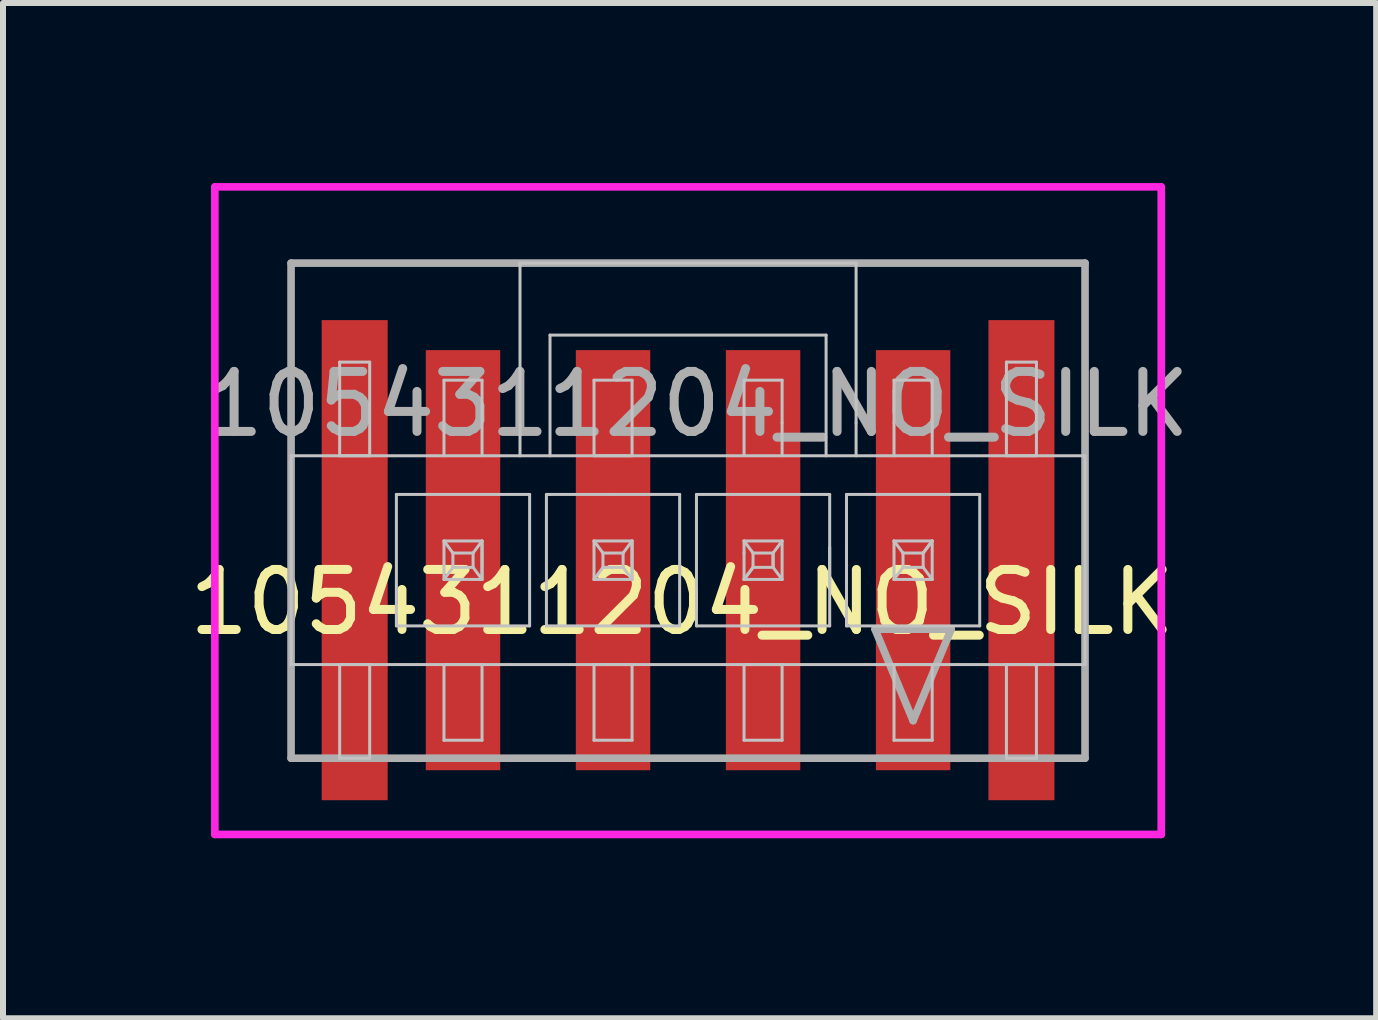
<source format=kicad_pcb>
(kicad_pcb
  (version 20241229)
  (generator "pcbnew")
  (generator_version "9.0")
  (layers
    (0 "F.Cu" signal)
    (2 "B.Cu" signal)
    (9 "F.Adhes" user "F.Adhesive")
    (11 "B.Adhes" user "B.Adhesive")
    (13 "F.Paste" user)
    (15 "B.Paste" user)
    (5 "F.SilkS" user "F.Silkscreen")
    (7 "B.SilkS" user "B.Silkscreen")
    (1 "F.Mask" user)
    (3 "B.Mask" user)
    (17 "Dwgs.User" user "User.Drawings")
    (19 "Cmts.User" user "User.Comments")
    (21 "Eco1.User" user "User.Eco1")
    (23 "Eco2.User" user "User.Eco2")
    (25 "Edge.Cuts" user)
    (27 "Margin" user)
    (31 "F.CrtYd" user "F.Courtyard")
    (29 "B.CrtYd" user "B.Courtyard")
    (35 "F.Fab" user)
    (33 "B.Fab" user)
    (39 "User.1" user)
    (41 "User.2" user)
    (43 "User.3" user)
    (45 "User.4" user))
  (footprint "1054311204_NO_SILK"
    (layer "F.Cu")
    (at 12.165 6.284)
    (property "Reference" "1054311204_NO_SILK" (at -3.85 0.7 0) (unlocked yes) (layer "F.SilkS") (effects (font (size 1 1) (thickness 0.15))))
    (attr smd)
    (fp_line (start -10.365 -1.74) (end -10.365 1.74) (stroke (width 0.05) (type default)) (layer "Dwgs.User"))
    (fp_line (start -10.365 1.74) (end 2.865 1.74) (stroke (width 0.05) (type default)) (layer "Dwgs.User"))
    (fp_line (start -9.555 -3.3) (end -9.555 -1.74) (stroke (width 0.05) (type default)) (layer "Dwgs.User"))
    (fp_line (start -9.555 -1.74) (end -9.055 -1.74) (stroke (width 0.05) (type default)) (layer "Dwgs.User"))
    (fp_line (start -9.555 1.74) (end -9.555 3.3) (stroke (width 0.05) (type default)) (layer "Dwgs.User"))
    (fp_line (start -9.055 -3.3) (end -9.555 -3.3) (stroke (width 0.05) (type default)) (layer "Dwgs.User"))
    (fp_line (start -9.055 -3.3) (end -9.055 -1.74) (stroke (width 0.05) (type default)) (layer "Dwgs.User"))
    (fp_line (start -9.055 1.74) (end -9.555 1.74) (stroke (width 0.05) (type default)) (layer "Dwgs.User"))
    (fp_line (start -9.055 1.74) (end -9.055 3.3) (stroke (width 0.05) (type default)) (layer "Dwgs.User"))
    (fp_line (start -9.055 3.3) (end -9.555 3.3) (stroke (width 0.05) (type default)) (layer "Dwgs.User"))
    (fp_line (start -8.61 -1.095) (end -6.39 -1.095) (stroke (width 0.05) (type default)) (layer "Dwgs.User"))
    (fp_line (start -8.61 1.095) (end -8.61 -1.095) (stroke (width 0.05) (type default)) (layer "Dwgs.User"))
    (fp_line (start -8.61 1.095) (end -6.39 1.095) (stroke (width 0.05) (type default)) (layer "Dwgs.User"))
    (fp_line (start -7.817 -2.999) (end -7.817 -1.74) (stroke (width 0.05) (type default)) (layer "Dwgs.User"))
    (fp_line (start -7.817 -2.999) (end -7.183 -2.999) (stroke (width 0.05) (type default)) (layer "Dwgs.User"))
    (fp_line (start -7.817 -0.32) (end -7.668 -0.119) (stroke (width 0.05) (type default)) (layer "Dwgs.User"))
    (fp_line (start -7.817 -0.32) (end -7.183 -0.32) (stroke (width 0.05) (type default)) (layer "Dwgs.User"))
    (fp_line (start -7.817 0.321) (end -7.817 -0.32) (stroke (width 0.05) (type default)) (layer "Dwgs.User"))
    (fp_line (start -7.817 0.321) (end -7.183 0.321) (stroke (width 0.05) (type default)) (layer "Dwgs.User"))
    (fp_line (start -7.817 1.74) (end -7.817 3.001) (stroke (width 0.05) (type default)) (layer "Dwgs.User"))
    (fp_line (start -7.817 1.74) (end -7.183 1.74) (stroke (width 0.05) (type default)) (layer "Dwgs.User"))
    (fp_line (start -7.817 3.001) (end -7.183 3.001) (stroke (width 0.05) (type default)) (layer "Dwgs.User"))
    (fp_line (start -7.8 0.3) (end -7.668 0.12) (stroke (width 0.05) (type default)) (layer "Dwgs.User"))
    (fp_line (start -7.668 -0.119) (end -7.332 -0.119) (stroke (width 0.05) (type default)) (layer "Dwgs.User"))
    (fp_line (start -7.668 0.12) (end -7.668 -0.119) (stroke (width 0.05) (type default)) (layer "Dwgs.User"))
    (fp_line (start -7.668 0.12) (end -7.513 0.12) (stroke (width 0.05) (type default)) (layer "Dwgs.User"))
    (fp_line (start -7.513 0.12) (end -7.332 0.12) (stroke (width 0.05) (type default)) (layer "Dwgs.User"))
    (fp_line (start -7.332 -0.119) (end -7.332 0.12) (stroke (width 0.05) (type default)) (layer "Dwgs.User"))
    (fp_line (start -7.332 -0.119) (end -7.183 -0.32) (stroke (width 0.05) (type default)) (layer "Dwgs.User"))
    (fp_line (start -7.183 -2.999) (end -7.183 -1.74) (stroke (width 0.05) (type default)) (layer "Dwgs.User"))
    (fp_line (start -7.183 -0.32) (end -7.183 0.321) (stroke (width 0.05) (type default)) (layer "Dwgs.User"))
    (fp_line (start -7.183 0.321) (end -7.332 0.12) (stroke (width 0.05) (type default)) (layer "Dwgs.User"))
    (fp_line (start -7.183 0.321) (end -7.183 -0.32) (stroke (width 0.05) (type default)) (layer "Dwgs.User"))
    (fp_line (start -7.183 1.74) (end -7.183 3.001) (stroke (width 0.05) (type default)) (layer "Dwgs.User"))
    (fp_line (start -6.55 -4.95) (end -6.55 -1.74) (stroke (width 0.05) (type default)) (layer "Dwgs.User"))
    (fp_line (start -6.55 -4.95) (end -0.95 -4.95) (stroke (width 0.05) (type default)) (layer "Dwgs.User"))
    (fp_line (start -6.55 -1.74) (end -10.365 -1.74) (stroke (width 0.05) (type default)) (layer "Dwgs.User"))
    (fp_line (start -6.39 1.095) (end -6.39 -1.095) (stroke (width 0.05) (type default)) (layer "Dwgs.User"))
    (fp_line (start -6.11 -1.095) (end -6.05 -1.095) (stroke (width 0.05) (type default)) (layer "Dwgs.User"))
    (fp_line (start -6.11 1.095) (end -6.11 -1.095) (stroke (width 0.05) (type default)) (layer "Dwgs.User"))
    (fp_line (start -6.11 1.095) (end -3.89 1.095) (stroke (width 0.05) (type default)) (layer "Dwgs.User"))
    (fp_line (start -6.05 -3.75) (end -6.05 -1.74) (stroke (width 0.05) (type default)) (layer "Dwgs.User"))
    (fp_line (start -6.05 -1.74) (end -6.55 -1.74) (stroke (width 0.05) (type default)) (layer "Dwgs.User"))
    (fp_line (start -6.05 -1.74) (end -1.45 -1.74) (stroke (width 0.05) (type default)) (layer "Dwgs.User"))
    (fp_line (start -6.05 -1.095) (end -5.08 -1.095) (stroke (width 0.05) (type default)) (layer "Dwgs.User"))
    (fp_line (start -5.317 -2.999) (end -5.317 -1.74) (stroke (width 0.05) (type default)) (layer "Dwgs.User"))
    (fp_line (start -5.317 -2.999) (end -4.683 -2.999) (stroke (width 0.05) (type default)) (layer "Dwgs.User"))
    (fp_line (start -5.317 -0.32) (end -5.168 -0.119) (stroke (width 0.05) (type default)) (layer "Dwgs.User"))
    (fp_line (start -5.317 -0.32) (end -4.683 -0.32) (stroke (width 0.05) (type default)) (layer "Dwgs.User"))
    (fp_line (start -5.317 0.321) (end -5.317 -0.32) (stroke (width 0.05) (type default)) (layer "Dwgs.User"))
    (fp_line (start -5.317 0.321) (end -4.683 0.321) (stroke (width 0.05) (type default)) (layer "Dwgs.User"))
    (fp_line (start -5.317 1.74) (end -5.317 3.001) (stroke (width 0.05) (type default)) (layer "Dwgs.User"))
    (fp_line (start -5.317 3.001) (end -4.683 3.001) (stroke (width 0.05) (type default)) (layer "Dwgs.User"))
    (fp_line (start -5.168 -0.119) (end -4.832 -0.119) (stroke (width 0.05) (type default)) (layer "Dwgs.User"))
    (fp_line (start -5.168 0.12) (end -5.317 0.321) (stroke (width 0.05) (type default)) (layer "Dwgs.User"))
    (fp_line (start -5.168 0.12) (end -5.168 -0.119) (stroke (width 0.05) (type default)) (layer "Dwgs.User"))
    (fp_line (start -5.168 0.12) (end -5.013 0.12) (stroke (width 0.05) (type default)) (layer "Dwgs.User"))
    (fp_line (start -5.08 -1.095) (end -3.89 -1.095) (stroke (width 0.05) (type default)) (layer "Dwgs.User"))
    (fp_line (start -5.013 0.12) (end -4.832 0.12) (stroke (width 0.05) (type default)) (layer "Dwgs.User"))
    (fp_line (start -4.832 -0.119) (end -4.832 0.12) (stroke (width 0.05) (type default)) (layer "Dwgs.User"))
    (fp_line (start -4.683 -2.999) (end -4.683 -1.74) (stroke (width 0.05) (type default)) (layer "Dwgs.User"))
    (fp_line (start -4.683 -1.74) (end -5.317 -1.74) (stroke (width 0.05) (type default)) (layer "Dwgs.User"))
    (fp_line (start -4.683 -0.32) (end -4.832 -0.119) (stroke (width 0.05) (type default)) (layer "Dwgs.User"))
    (fp_line (start -4.683 -0.32) (end -4.683 0.321) (stroke (width 0.05) (type default)) (layer "Dwgs.User"))
    (fp_line (start -4.683 0.321) (end -4.832 0.12) (stroke (width 0.05) (type default)) (layer "Dwgs.User"))
    (fp_line (start -4.683 0.321) (end -4.683 -0.32) (stroke (width 0.05) (type default)) (layer "Dwgs.User"))
    (fp_line (start -4.683 1.74) (end -5.317 1.74) (stroke (width 0.05) (type default)) (layer "Dwgs.User"))
    (fp_line (start -4.683 1.74) (end -4.683 3.001) (stroke (width 0.05) (type default)) (layer "Dwgs.User"))
    (fp_line (start -3.89 1.095) (end -3.89 -1.095) (stroke (width 0.05) (type default)) (layer "Dwgs.User"))
    (fp_line (start -3.61 -1.095) (end -2.42 -1.095) (stroke (width 0.05) (type default)) (layer "Dwgs.User"))
    (fp_line (start -3.61 1.095) (end -3.61 -1.095) (stroke (width 0.05) (type default)) (layer "Dwgs.User"))
    (fp_line (start -3.61 1.095) (end -1.39 1.095) (stroke (width 0.05) (type default)) (layer "Dwgs.User"))
    (fp_line (start -2.817 -2.999) (end -2.817 -1.74) (stroke (width 0.05) (type default)) (layer "Dwgs.User"))
    (fp_line (start -2.817 -2.999) (end -2.183 -2.999) (stroke (width 0.05) (type default)) (layer "Dwgs.User"))
    (fp_line (start -2.817 -0.32) (end -2.667 -0.119) (stroke (width 0.05) (type default)) (layer "Dwgs.User"))
    (fp_line (start -2.817 -0.32) (end -2.183 -0.32) (stroke (width 0.05) (type default)) (layer "Dwgs.User"))
    (fp_line (start -2.817 -0.119) (end -2.817 -0.32) (stroke (width 0.05) (type default)) (layer "Dwgs.User"))
    (fp_line (start -2.817 0.321) (end -2.817 -0.119) (stroke (width 0.05) (type default)) (layer "Dwgs.User"))
    (fp_line (start -2.817 0.321) (end -2.183 0.321) (stroke (width 0.05) (type default)) (layer "Dwgs.User"))
    (fp_line (start -2.817 1.74) (end -2.817 3.001) (stroke (width 0.05) (type default)) (layer "Dwgs.User"))
    (fp_line (start -2.817 3.001) (end -2.183 3.001) (stroke (width 0.05) (type default)) (layer "Dwgs.User"))
    (fp_line (start -2.667 0.12) (end -2.817 0.321) (stroke (width 0.05) (type default)) (layer "Dwgs.User"))
    (fp_line (start -2.667 0.12) (end -2.817 0.321) (stroke (width 0.05) (type default)) (layer "Dwgs.User"))
    (fp_line (start -2.667 0.12) (end -2.667 -0.119) (stroke (width 0.05) (type default)) (layer "Dwgs.User"))
    (fp_line (start -2.667 0.12) (end -2.333 0.12) (stroke (width 0.05) (type default)) (layer "Dwgs.User"))
    (fp_line (start -2.333 -0.119) (end -2.667 -0.119) (stroke (width 0.05) (type default)) (layer "Dwgs.User"))
    (fp_line (start -2.333 -0.119) (end -2.333 0.12) (stroke (width 0.05) (type default)) (layer "Dwgs.User"))
    (fp_line (start -2.333 -0.119) (end -2.333 0.12) (stroke (width 0.05) (type default)) (layer "Dwgs.User"))
    (fp_line (start -2.261 -0.215) (end -2.333 -0.119) (stroke (width 0.05) (type default)) (layer "Dwgs.User"))
    (fp_line (start -2.261 -0.215) (end -2.183 -0.32) (stroke (width 0.05) (type default)) (layer "Dwgs.User"))
    (fp_line (start -2.183 -2.999) (end -2.183 -2.29) (stroke (width 0.05) (type default)) (layer "Dwgs.User"))
    (fp_line (start -2.183 -2.29) (end -2.183 -1.74) (stroke (width 0.05) (type default)) (layer "Dwgs.User"))
    (fp_line (start -2.183 -0.32) (end -2.183 0.321) (stroke (width 0.05) (type default)) (layer "Dwgs.User"))
    (fp_line (start -2.183 0.321) (end -2.333 0.12) (stroke (width 0.05) (type default)) (layer "Dwgs.User"))
    (fp_line (start -2.183 1.74) (end -2.817 1.74) (stroke (width 0.05) (type default)) (layer "Dwgs.User"))
    (fp_line (start -2.183 1.74) (end -2.183 3.001) (stroke (width 0.05) (type default)) (layer "Dwgs.User"))
    (fp_line (start -1.45 -3.75) (end -6.05 -3.75) (stroke (width 0.05) (type default)) (layer "Dwgs.User"))
    (fp_line (start -1.45 -3.75) (end -1.45 -1.74) (stroke (width 0.05) (type default)) (layer "Dwgs.User"))
    (fp_line (start -1.45 -1.095) (end -2.42 -1.095) (stroke (width 0.05) (type default)) (layer "Dwgs.User"))
    (fp_line (start -1.45 -1.095) (end -1.39 -1.095) (stroke (width 0.05) (type default)) (layer "Dwgs.User"))
    (fp_line (start -1.39 0.385) (end -1.39 -0.215) (stroke (width 0.05) (type default)) (layer "Dwgs.User"))
    (fp_line (start -1.39 1.095) (end -1.39 -1.095) (stroke (width 0.05) (type default)) (layer "Dwgs.User"))
    (fp_line (start -1.11 -1.095) (end 1.11 -1.095) (stroke (width 0.05) (type default)) (layer "Dwgs.User"))
    (fp_line (start -1.11 -0.215) (end -1.11 0.385) (stroke (width 0.05) (type default)) (layer "Dwgs.User"))
    (fp_line (start -1.11 1.095) (end -1.11 -1.095) (stroke (width 0.05) (type default)) (layer "Dwgs.User"))
    (fp_line (start -1.11 1.095) (end 1.11 1.095) (stroke (width 0.05) (type default)) (layer "Dwgs.User"))
    (fp_line (start -0.95 -4.95) (end -0.95 -2.29) (stroke (width 0.05) (type default)) (layer "Dwgs.User"))
    (fp_line (start -0.95 -2.29) (end -0.95 -1.74) (stroke (width 0.05) (type default)) (layer "Dwgs.User"))
    (fp_line (start -0.95 -1.74) (end -1.45 -1.74) (stroke (width 0.05) (type default)) (layer "Dwgs.User"))
    (fp_line (start -0.318 -2.999) (end -0.318 -2.29) (stroke (width 0.05) (type default)) (layer "Dwgs.User"))
    (fp_line (start -0.318 -2.999) (end 0.318 -2.999) (stroke (width 0.05) (type default)) (layer "Dwgs.User"))
    (fp_line (start -0.318 -2.29) (end -0.318 -1.74) (stroke (width 0.05) (type default)) (layer "Dwgs.User"))
    (fp_line (start -0.318 -0.32) (end -0.168 -0.119) (stroke (width 0.05) (type default)) (layer "Dwgs.User"))
    (fp_line (start -0.318 -0.32) (end 0.318 -0.32) (stroke (width 0.05) (type default)) (layer "Dwgs.User"))
    (fp_line (start -0.318 0.321) (end -0.318 -0.32) (stroke (width 0.05) (type default)) (layer "Dwgs.User"))
    (fp_line (start -0.318 0.321) (end 0.168 0.321) (stroke (width 0.05) (type default)) (layer "Dwgs.User"))
    (fp_line (start -0.318 1.74) (end -0.318 3.001) (stroke (width 0.05) (type default)) (layer "Dwgs.User"))
    (fp_line (start -0.318 1.74) (end 0.318 1.74) (stroke (width 0.05) (type default)) (layer "Dwgs.User"))
    (fp_line (start -0.318 3.001) (end 0.318 3.001) (stroke (width 0.05) (type default)) (layer "Dwgs.User"))
    (fp_line (start -0.168 -0.119) (end 0.168 -0.119) (stroke (width 0.05) (type default)) (layer "Dwgs.User"))
    (fp_line (start -0.168 0.12) (end -0.318 0.321) (stroke (width 0.05) (type default)) (layer "Dwgs.User"))
    (fp_line (start -0.168 0.12) (end -0.168 -0.119) (stroke (width 0.05) (type default)) (layer "Dwgs.User"))
    (fp_line (start -0.168 0.12) (end 0.168 0.12) (stroke (width 0.05) (type default)) (layer "Dwgs.User"))
    (fp_line (start 0.168 -0.119) (end 0.318 -0.32) (stroke (width 0.05) (type default)) (layer "Dwgs.User"))
    (fp_line (start 0.168 0.12) (end 0.168 -0.119) (stroke (width 0.05) (type default)) (layer "Dwgs.User"))
    (fp_line (start 0.168 0.321) (end 0.318 0.321) (stroke (width 0.05) (type default)) (layer "Dwgs.User"))
    (fp_line (start 0.318 -2.999) (end 0.318 -1.74) (stroke (width 0.05) (type default)) (layer "Dwgs.User"))
    (fp_line (start 0.318 -0.32) (end 0.168 -0.119) (stroke (width 0.05) (type default)) (layer "Dwgs.User"))
    (fp_line (start 0.318 -0.32) (end 0.318 0.321) (stroke (width 0.05) (type default)) (layer "Dwgs.User"))
    (fp_line (start 0.318 0.321) (end 0.168 0.12) (stroke (width 0.05) (type default)) (layer "Dwgs.User"))
    (fp_line (start 0.318 1.74) (end 0.318 3.001) (stroke (width 0.05) (type default)) (layer "Dwgs.User"))
    (fp_line (start 1.11 1.095) (end 1.11 -1.095) (stroke (width 0.05) (type default)) (layer "Dwgs.User"))
    (fp_line (start 1.555 -3.3) (end 1.555 -1.74) (stroke (width 0.05) (type default)) (layer "Dwgs.User"))
    (fp_line (start 1.555 -3.3) (end 2.055 -3.3) (stroke (width 0.05) (type default)) (layer "Dwgs.User"))
    (fp_line (start 1.555 1.74) (end 1.555 3.3) (stroke (width 0.05) (type default)) (layer "Dwgs.User"))
    (fp_line (start 1.555 1.74) (end 2.055 1.74) (stroke (width 0.05) (type default)) (layer "Dwgs.User"))
    (fp_line (start 1.555 3.3) (end 2.055 3.3) (stroke (width 0.05) (type default)) (layer "Dwgs.User"))
    (fp_line (start 2.055 -3.3) (end 2.055 -1.74) (stroke (width 0.05) (type default)) (layer "Dwgs.User"))
    (fp_line (start 2.055 -1.74) (end 1.555 -1.74) (stroke (width 0.05) (type default)) (layer "Dwgs.User"))
    (fp_line (start 2.055 1.74) (end 2.055 3.3) (stroke (width 0.05) (type default)) (layer "Dwgs.User"))
    (fp_line (start 2.865 -1.74) (end -0.95 -1.74) (stroke (width 0.05) (type default)) (layer "Dwgs.User"))
    (fp_line (start 2.865 1.74) (end 2.865 -1.74) (stroke (width 0.05) (type default)) (layer "Dwgs.User"))
    (fp_line (start -11.635 -6.22) (end -11.635 4.57) (stroke (width 0.127) (type solid)) (layer "F.CrtYd"))
    (fp_line (start -11.635 4.57) (end 4.135 4.57) (stroke (width 0.127) (type solid)) (layer "F.CrtYd"))
    (fp_line (start 4.135 -6.22) (end -11.635 -6.22) (stroke (width 0.127) (type solid)) (layer "F.CrtYd"))
    (fp_line (start 4.135 4.57) (end 4.135 -6.22) (stroke (width 0.127) (type solid)) (layer "F.CrtYd"))
    (fp_line (start -10.365 -4.95) (end -10.365 3.3) (stroke (width 0.127) (type solid)) (layer "F.Fab"))
    (fp_line (start -10.365 3.3) (end 2.865 3.3) (stroke (width 0.127) (type solid)) (layer "F.Fab"))
    (fp_line (start -0.635 1.15) (end 0.635 1.15) (stroke (width 0.127) (type solid)) (layer "F.Fab"))
    (fp_line (start 0 2.674) (end -0.635 1.15) (stroke (width 0.127) (type solid)) (layer "F.Fab"))
    (fp_line (start 0.635 1.15) (end 0 2.674) (stroke (width 0.127) (type solid)) (layer "F.Fab"))
    (fp_line (start 2.865 -4.95) (end -10.365 -4.95) (stroke (width 0.127) (type solid)) (layer "F.Fab"))
    (fp_line (start 2.865 3.3) (end 2.865 -4.95) (stroke (width 0.127) (type solid)) (layer "F.Fab"))
    (fp_text user "${REFERENCE}" (at -3.6 -2.6 0) (unlocked yes) (layer "F.Fab") (effects (font (size 1 1) (thickness 0.15))))
    (pad "1" smd rect (at 0 0) (size 1.24 7) (layers "F.Cu" "F.Mask" "F.Paste"))
    (pad "2" smd rect (at -2.5 0) (size 1.24 7) (layers "F.Cu" "F.Mask" "F.Paste"))
    (pad "3" smd rect (at -5 0) (size 1.24 7) (layers "F.Cu" "F.Mask" "F.Paste"))
    (pad "4" smd rect (at -7.5 0) (size 1.24 7) (layers "F.Cu" "F.Mask" "F.Paste"))
    (pad "MP1" smd rect (at 1.805 0) (size 1.1 8) (layers "F.Cu" "F.Mask" "F.Paste"))
    (pad "MP2" smd rect (at -9.305 0) (size 1.1 8) (layers "F.Cu" "F.Mask" "F.Paste")))
  (gr_rect
    (start -3 -3)
    (end 19.881 13.917)
    (stroke (width 0.1) (type default))
    (fill no)
    (layer "Edge.Cuts")))
</source>
